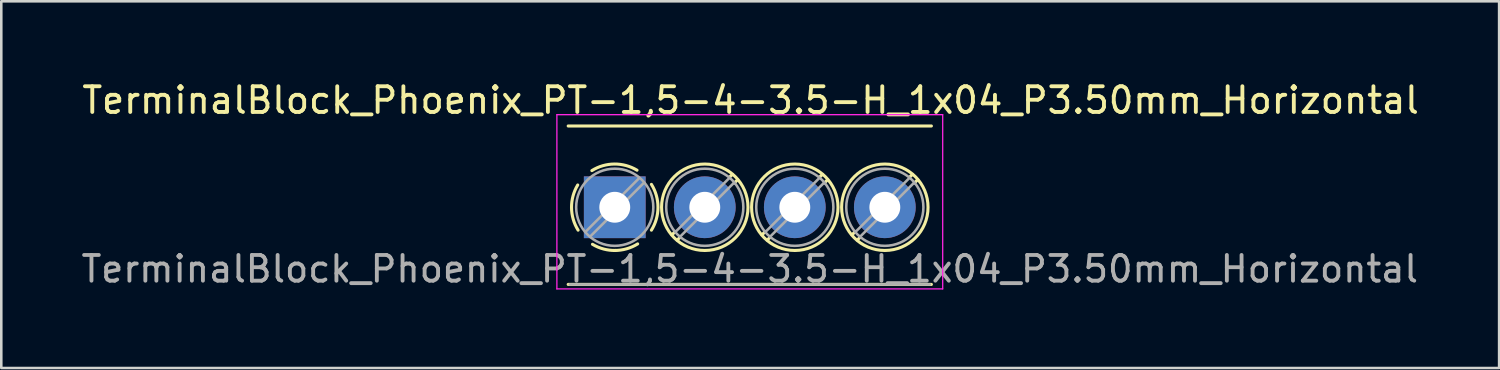
<source format=kicad_pcb>
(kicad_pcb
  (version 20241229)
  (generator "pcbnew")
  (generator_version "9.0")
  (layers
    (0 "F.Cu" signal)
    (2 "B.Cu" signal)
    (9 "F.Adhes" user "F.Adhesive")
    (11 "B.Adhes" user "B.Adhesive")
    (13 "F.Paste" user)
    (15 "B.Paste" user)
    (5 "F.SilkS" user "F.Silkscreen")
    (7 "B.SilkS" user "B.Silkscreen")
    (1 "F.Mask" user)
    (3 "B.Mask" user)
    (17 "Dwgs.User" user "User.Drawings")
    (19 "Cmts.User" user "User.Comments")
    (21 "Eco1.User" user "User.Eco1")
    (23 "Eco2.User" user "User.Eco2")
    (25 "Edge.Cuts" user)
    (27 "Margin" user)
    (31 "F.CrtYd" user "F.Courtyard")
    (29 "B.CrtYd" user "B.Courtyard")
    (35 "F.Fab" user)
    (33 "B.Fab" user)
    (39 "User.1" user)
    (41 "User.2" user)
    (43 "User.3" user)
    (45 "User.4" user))
  (footprint "TerminalBlock_Phoenix_PT-1,5-4-3.5-H_1x04_P3.50mm_Horizontal"
    (layer "F.Cu")
    (at 26.101 5.008)
    (property "Reference" "TerminalBlock_Phoenix_PT-1,5-4-3.5-H_1x04_P3.50mm_Horizontal" (at 0.032 -4.16 0) (layer "F.SilkS") (effects (font (size 1 1) (thickness 0.15))))
    (attr through_hole)
    (fp_line (start -7.06 -3.16) (end 7.06 -3.16) (stroke (width 0.12) (type solid)) (layer "F.SilkS"))
    (fp_line (start -7.06 3) (end 7.06 3) (stroke (width 0.12) (type solid)) (layer "F.SilkS"))
    (fp_line (start -2.895 0.941) (end -3.024 1.069) (stroke (width 0.12) (type solid)) (layer "F.SilkS"))
    (fp_line (start -2.725 1.181) (end -2.819 1.274) (stroke (width 0.12) (type solid)) (layer "F.SilkS"))
    (fp_line (start -0.68 -1.275) (end -0.774 -1.181) (stroke (width 0.12) (type solid)) (layer "F.SilkS"))
    (fp_line (start -0.475 -1.069) (end -0.604 -0.941) (stroke (width 0.12) (type solid)) (layer "F.SilkS"))
    (fp_line (start 0.605 0.941) (end 0.476 1.069) (stroke (width 0.12) (type solid)) (layer "F.SilkS"))
    (fp_line (start 0.775 1.181) (end 0.681 1.274) (stroke (width 0.12) (type solid)) (layer "F.SilkS"))
    (fp_line (start 2.82 -1.275) (end 2.726 -1.181) (stroke (width 0.12) (type solid)) (layer "F.SilkS"))
    (fp_line (start 3.025 -1.069) (end 2.896 -0.941) (stroke (width 0.12) (type solid)) (layer "F.SilkS"))
    (fp_line (start 4.105 0.941) (end 3.976 1.069) (stroke (width 0.12) (type solid)) (layer "F.SilkS"))
    (fp_line (start 4.275 1.181) (end 4.181 1.274) (stroke (width 0.12) (type solid)) (layer "F.SilkS"))
    (fp_line (start 6.32 -1.275) (end 6.226 -1.181) (stroke (width 0.12) (type solid)) (layer "F.SilkS"))
    (fp_line (start 6.525 -1.069) (end 6.396 -0.941) (stroke (width 0.12) (type solid)) (layer "F.SilkS"))
    (fp_arc (start -6.675358 0.889894) (mid -6.930286 0.014012) (end -6.69 -0.866) (stroke (width 0.12) (type solid)) (layer "F.SilkS"))
    (fp_arc (start -6.139894 -1.425358) (mid -5.264012 -1.680286) (end -4.384 -1.44) (stroke (width 0.12) (type solid)) (layer "F.SilkS"))
    (fp_arc (start -5.221326 1.680099) (mid -5.685535 1.622918) (end -6.116 1.44) (stroke (width 0.12) (type solid)) (layer "F.SilkS"))
    (fp_arc (start -4.359736 1.424721) (mid -4.786929 1.61492) (end -5.25 1.68) (stroke (width 0.12) (type solid)) (layer "F.SilkS"))
    (fp_arc (start -3.824496 -0.890193) (mid -3.569374 0.000476) (end -3.825 0.891) (stroke (width 0.12) (type solid)) (layer "F.SilkS"))
    (fp_circle (center -1.75 0) (end -0.07 0) (stroke (width 0.12) (type solid)) (fill no) (layer "F.SilkS"))
    (fp_circle (center 1.75 0) (end 3.43 0) (stroke (width 0.12) (type solid)) (fill no) (layer "F.SilkS"))
    (fp_circle (center 5.25 0) (end 6.93 0) (stroke (width 0.12) (type solid)) (fill no) (layer "F.SilkS"))
    (fp_line (start -7.5 -3.6) (end -7.5 3.175) (stroke (width 0.05) (type solid)) (layer "F.CrtYd"))
    (fp_line (start -7.5 3.175) (end 7.5 3.175) (stroke (width 0.05) (type solid)) (layer "F.CrtYd"))
    (fp_line (start 7.5 -3.6) (end -7.5 -3.6) (stroke (width 0.05) (type solid)) (layer "F.CrtYd"))
    (fp_line (start 7.5 3.175) (end 7.5 -3.6) (stroke (width 0.05) (type solid)) (layer "F.CrtYd"))
    (fp_line (start -7 3) (end 7 3) (stroke (width 0.1) (type solid)) (layer "F.Fab"))
    (fp_line (start -4.295 -1.138) (end -6.388 0.955) (stroke (width 0.1) (type solid)) (layer "F.Fab"))
    (fp_line (start -4.112 -0.955) (end -6.205 1.138) (stroke (width 0.1) (type solid)) (layer "F.Fab"))
    (fp_line (start -0.795 -1.138) (end -2.887 0.955) (stroke (width 0.1) (type solid)) (layer "F.Fab"))
    (fp_line (start -0.612 -0.955) (end -2.704 1.138) (stroke (width 0.1) (type solid)) (layer "F.Fab"))
    (fp_line (start 2.705 -1.138) (end 0.613 0.955) (stroke (width 0.1) (type solid)) (layer "F.Fab"))
    (fp_line (start 2.888 -0.955) (end 0.796 1.138) (stroke (width 0.1) (type solid)) (layer "F.Fab"))
    (fp_line (start 6.205 -1.138) (end 4.113 0.955) (stroke (width 0.1) (type solid)) (layer "F.Fab"))
    (fp_line (start 6.388 -0.955) (end 4.296 1.138) (stroke (width 0.1) (type solid)) (layer "F.Fab"))
    (fp_circle (center -5.25 0) (end -3.75 0) (stroke (width 0.1) (type solid)) (fill no) (layer "F.Fab"))
    (fp_circle (center -1.75 0) (end -0.25 0) (stroke (width 0.1) (type solid)) (fill no) (layer "F.Fab"))
    (fp_circle (center 1.75 0) (end 3.25 0) (stroke (width 0.1) (type solid)) (fill no) (layer "F.Fab"))
    (fp_circle (center 5.25 0) (end 6.75 0) (stroke (width 0.1) (type solid)) (fill no) (layer "F.Fab"))
    (fp_text user "${REFERENCE}" (at 0 2.4 0) (layer "F.Fab") (effects (font (size 1 1) (thickness 0.15))))
    (pad "1" thru_hole rect (at -5.25 0) (size 2.4 2.4) (drill 1.2) (layers "*.Cu" "*.Mask"))
    (pad "2" thru_hole circle (at -1.75 0) (size 2.4 2.4) (drill 1.2) (layers "*.Cu" "*.Mask"))
    (pad "3" thru_hole circle (at 1.75 0) (size 2.4 2.4) (drill 1.2) (layers "*.Cu" "*.Mask"))
    (pad "4" thru_hole circle (at 5.25 0) (size 2.4 2.4) (drill 1.2) (layers "*.Cu" "*.Mask")))
  (gr_rect
    (start -3 -3)
    (end 55.234 11.257)
    (stroke (width 0.1) (type default))
    (fill no)
    (layer "Edge.Cuts")))
</source>
